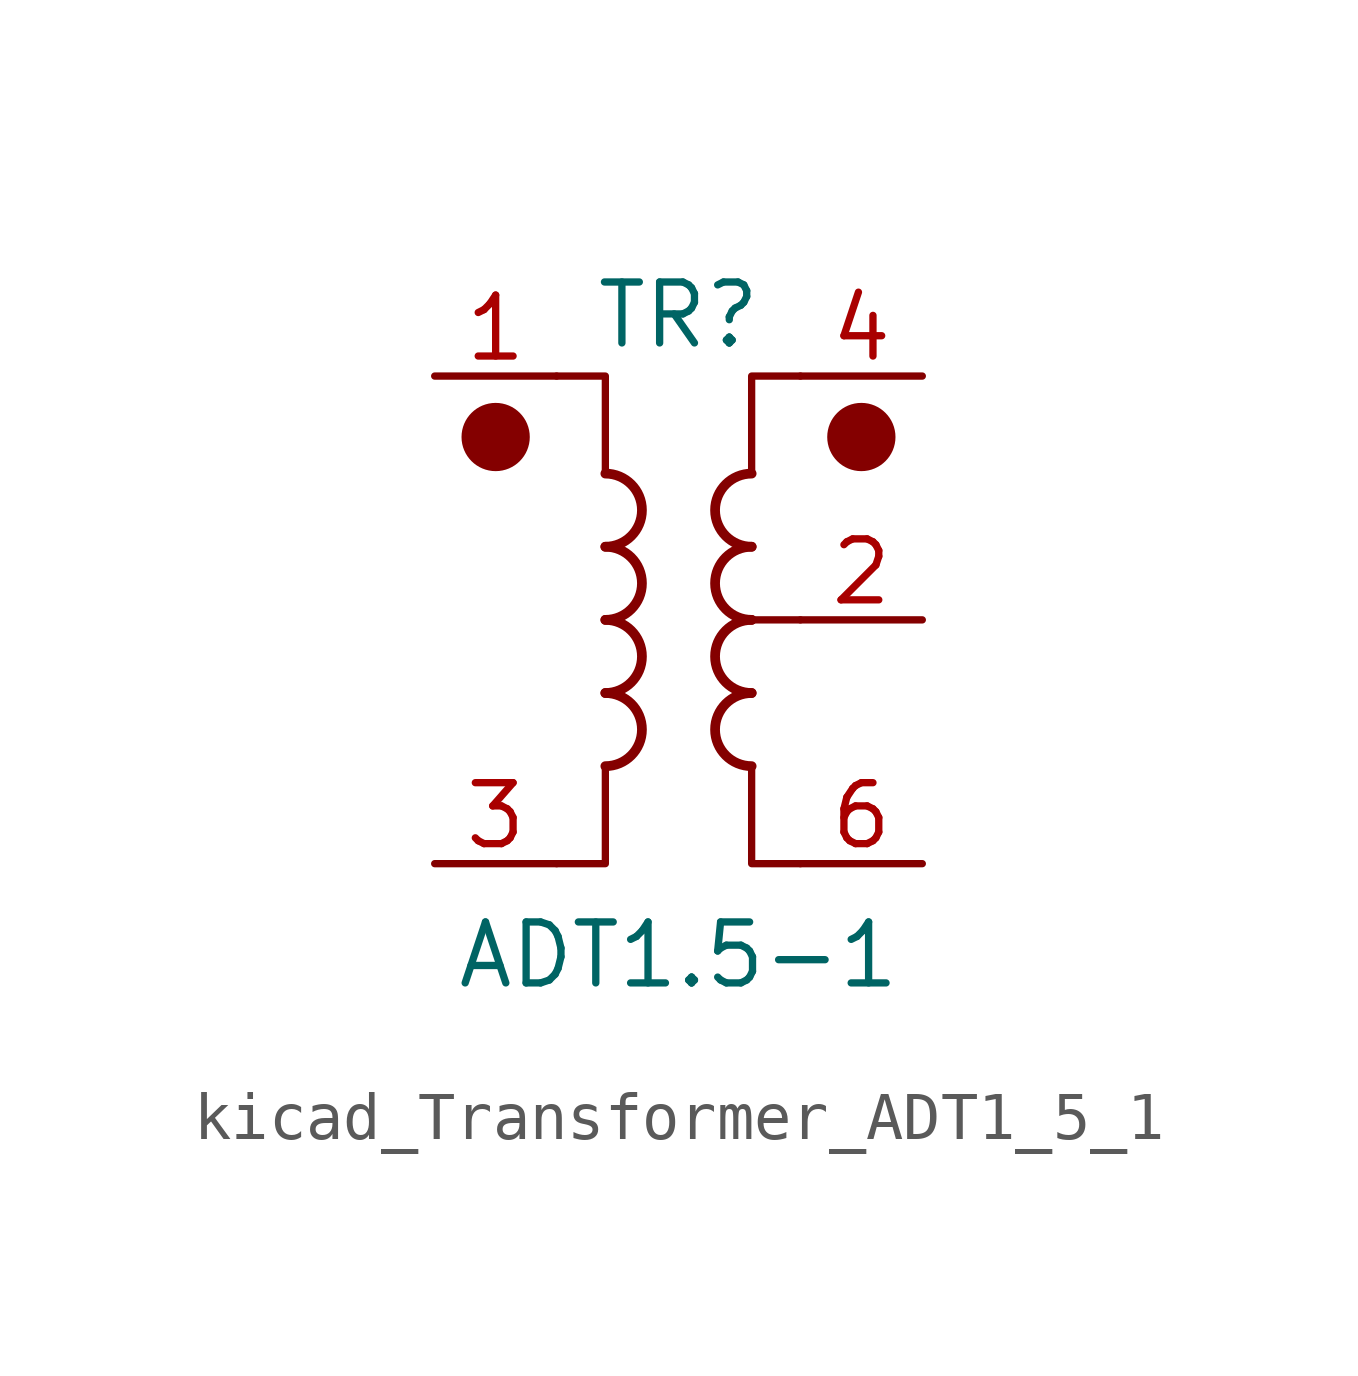
<source format=kicad_sym>
(kicad_symbol_lib
  (version 20220914)
  (generator kicad_symbol_editor)
  (symbol "kicad_Transformer_ADT1_5_1"
    (pin_names hide)
    (property "Reference" "TR"
      (at 0 6.35 0)
      (effects (font (size 1.27 1.27))))
    (property "Value" "ADT1.5-1"
      (at 0 -6.985 0)
      (effects (font (size 1.27 1.27))))
    (symbol "kicad_Transformer_ADT1_5_1_0_1"
      (circle (center -3.81 3.81) (radius 0.635) (stroke (width 0) (type default)) (fill (type outline)))
      (arc (start -1.524 -3.048) (mid -0.7653 -2.286) (end -1.524 -1.524) (stroke (width 0.2032) (type default)) (fill (type none)))
      (arc (start -1.524 -1.524) (mid -0.7653 -0.762) (end -1.524 0) (stroke (width 0.2032) (type default)) (fill (type none)))
      (arc (start -1.524 0) (mid -0.7653 0.762) (end -1.524 1.524) (stroke (width 0.2032) (type default)) (fill (type none)))
      (arc (start -1.524 1.524) (mid -0.7653 2.286) (end -1.524 3.048) (stroke (width 0.2032) (type default)) (fill (type none)))
      (polyline (pts (xy 2.54 0) (xy 1.27 0)) (stroke (width 0.152) (type default)) (fill (type none)))
      (polyline (pts (xy -2.54 5.08) (xy -1.524 5.08) (xy -1.524 3.048)) (stroke (width 0.152) (type default)) (fill (type none)))
      (polyline (pts (xy -1.524 -3.048) (xy -1.524 -5.08) (xy -2.54 -5.08)) (stroke (width 0.152) (type default)) (fill (type none)))
      (polyline (pts (xy 1.524 3.048) (xy 1.524 5.08) (xy 2.54 5.08)) (stroke (width 0.152) (type default)) (fill (type none)))
      (polyline (pts (xy 2.54 -5.08) (xy 1.524 -5.08) (xy 1.524 -3.048)) (stroke (width 0.152) (type default)) (fill (type none)))
      (arc (start 1.524 -1.524) (mid 0.7653 -2.286) (end 1.524 -3.048) (stroke (width 0.2032) (type default)) (fill (type none)))
      (arc (start 1.524 0) (mid 0.7653 -0.762) (end 1.524 -1.524) (stroke (width 0.2032) (type default)) (fill (type none)))
      (arc (start 1.524 1.524) (mid 0.7653 0.762) (end 1.524 0) (stroke (width 0.2032) (type default)) (fill (type none)))
      (arc (start 1.524 3.048) (mid 0.7653 2.286) (end 1.524 1.524) (stroke (width 0.2032) (type default)) (fill (type none)))
      (circle (center 3.81 3.81) (radius 0.635) (stroke (width 0) (type default)) (fill (type outline))))
    (symbol "kicad_Transformer_ADT1_5_1_1_1"
      (pin passive line (at -5.08 5.08 0) (length 2.54) (name "~" (effects (font (size 1.27 1.27)))) (number "1" (effects (font (size 1.27 1.27)))))
      (pin passive line (at 5.08 0 180) (length 2.54) (name "~" (effects (font (size 1.27 1.27)))) (number "2" (effects (font (size 1.27 1.27)))))
      (pin passive line (at -5.08 -5.08 0) (length 2.54) (name "~" (effects (font (size 1.27 1.27)))) (number "3" (effects (font (size 1.27 1.27)))))
      (pin passive line (at 5.08 5.08 180) (length 2.54) (name "~" (effects (font (size 1.27 1.27)))) (number "4" (effects (font (size 1.27 1.27)))))
      (pin no_connect line (at -2.54 0 0) (length 2.54) hide (name "~" (effects (font (size 1.27 1.27)))) (number "5" (effects (font (size 1.27 1.27)))))
      (pin passive line (at 5.08 -5.08 180) (length 2.54) (name "~" (effects (font (size 1.27 1.27)))) (number "6" (effects (font (size 1.27 1.27))))))))
</source>
